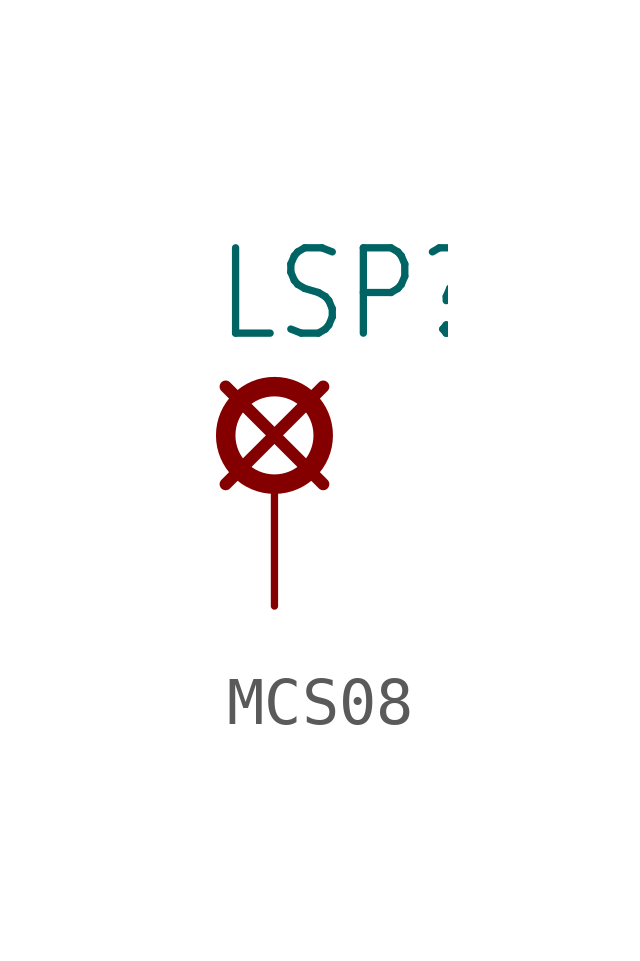
<source format=kicad_sym>
(kicad_symbol_lib
  (version 20220914)
  (generator kicad_symbol_editor)
  (symbol "MCS08"
    (property "Reference" "LSP"
      (at -1.27 2.921 0)
      (effects (font (size 1.778 1.511)) (justify left bottom)))
    (property "ki_locked" ""
      (at 0 0 0)
      (effects (font (size 1.27 1.27))))
    (symbol "MCS08_1_0"
      (polyline (pts (xy -1.016 0) (xy 1.016 2.032)) (stroke (width 0.254) (type solid)) (fill (type none)))
      (polyline (pts (xy -1.016 2.032) (xy 1.016 0)) (stroke (width 0.254) (type solid)) (fill (type none)))
      (circle (center 0 1.016) (radius 1.016) (stroke (width 0.406) (type solid)) (fill (type none)))
      (pin passive line (at 0 -2.54 90) (length 2.54) (name "MP" (effects (font (size 0 0)))) (number "MP" (effects (font (size 0 0))))))))
</source>
